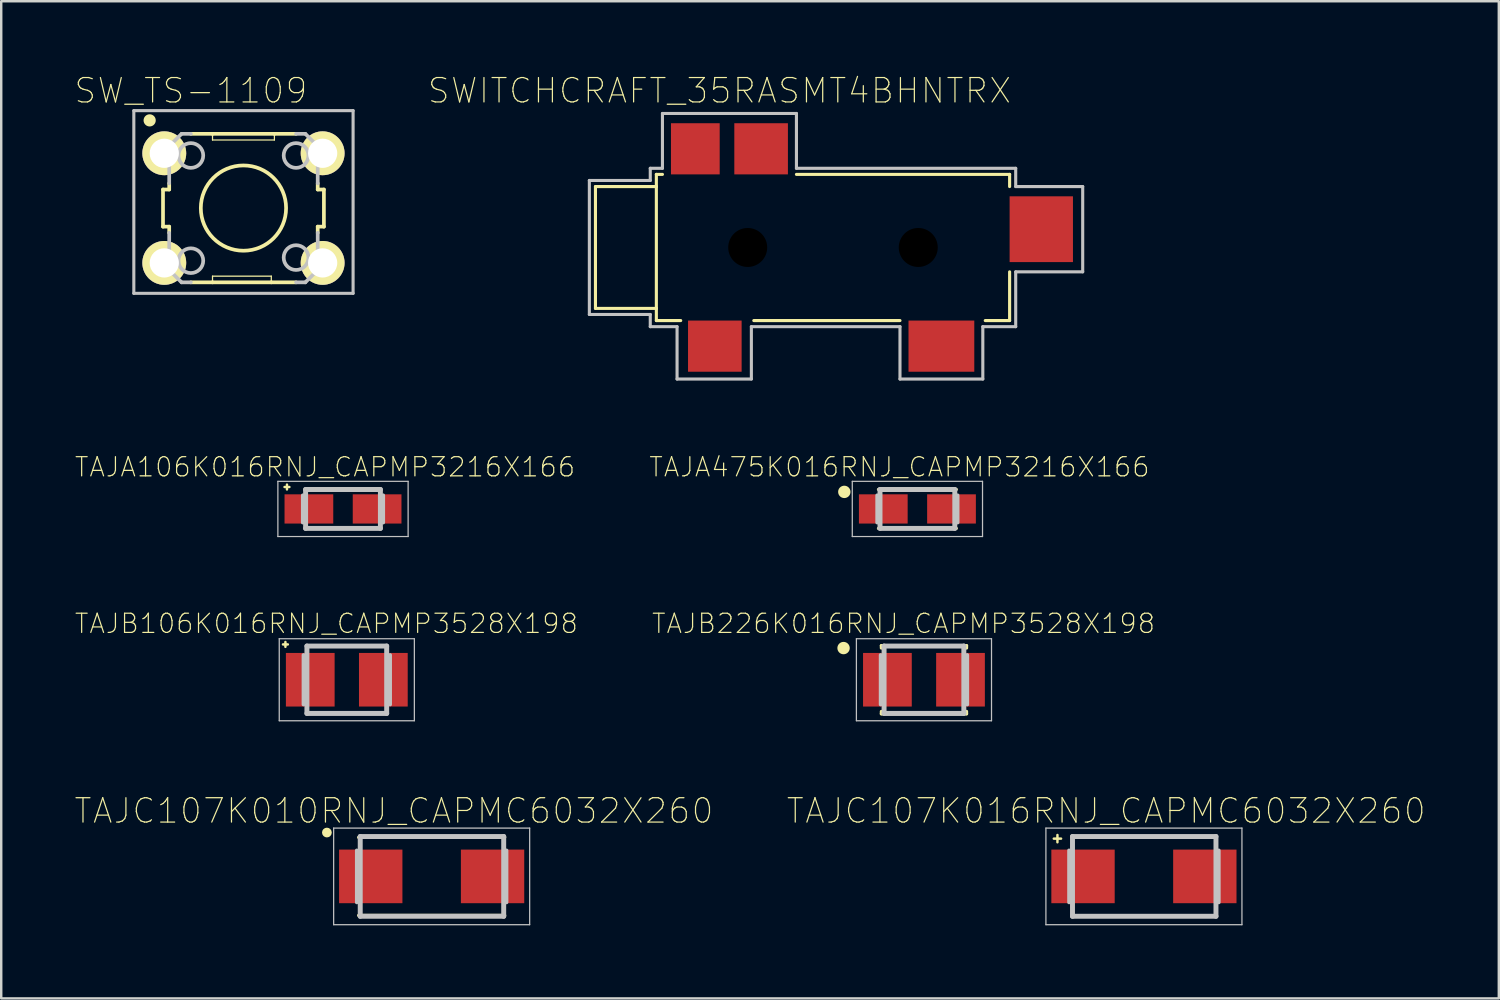
<source format=kicad_pcb>
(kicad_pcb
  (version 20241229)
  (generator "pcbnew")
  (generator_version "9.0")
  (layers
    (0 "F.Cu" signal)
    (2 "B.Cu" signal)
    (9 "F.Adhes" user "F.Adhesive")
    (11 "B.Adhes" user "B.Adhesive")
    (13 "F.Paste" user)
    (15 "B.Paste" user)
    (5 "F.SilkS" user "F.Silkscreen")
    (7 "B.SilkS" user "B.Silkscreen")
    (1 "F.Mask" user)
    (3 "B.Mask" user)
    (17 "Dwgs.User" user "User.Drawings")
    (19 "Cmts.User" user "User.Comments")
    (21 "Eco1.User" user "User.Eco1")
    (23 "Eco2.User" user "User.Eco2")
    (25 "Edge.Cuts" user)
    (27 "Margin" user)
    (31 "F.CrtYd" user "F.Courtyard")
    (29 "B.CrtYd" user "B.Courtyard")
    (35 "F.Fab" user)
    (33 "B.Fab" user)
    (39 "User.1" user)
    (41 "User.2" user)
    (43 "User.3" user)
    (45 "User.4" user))
  (footprint "TAJA106K016RNJ_CAPMP3216X166"
    (layer "F.Cu")
    (at 11.029 17.84)
    (property "Reference" "TAJA106K016RNJ_CAPMP3216X166" (at -0.74 -1.72 0) (layer "F.SilkS") (effects (font (size 0.787 0.787) (thickness 0.05))))
    (attr smd)
    (fp_line (start -2.4 -0.9) (end -2.2 -0.9) (stroke (width 0.1) (type solid)) (layer "F.SilkS"))
    (fp_line (start -2.3 -1) (end -2.3 -0.8) (stroke (width 0.1) (type solid)) (layer "F.SilkS"))
    (fp_line (start -2.673 -1.133) (end 2.673 -1.133) (stroke (width 0.051) (type solid)) (layer "Dwgs.User"))
    (fp_line (start -2.673 1.133) (end -2.673 -1.133) (stroke (width 0.051) (type solid)) (layer "Dwgs.User"))
    (fp_line (start -1.651 -0.559) (end -1.651 0.559) (stroke (width 0.152) (type solid)) (layer "Dwgs.User"))
    (fp_line (start -1.535 -0.798) (end -1.535 0.798) (stroke (width 0.203) (type solid)) (layer "Dwgs.User"))
    (fp_line (start -1.535 0.798) (end 1.535 0.798) (stroke (width 0.203) (type solid)) (layer "Dwgs.User"))
    (fp_line (start 1.535 -0.798) (end -1.535 -0.798) (stroke (width 0.203) (type solid)) (layer "Dwgs.User"))
    (fp_line (start 1.535 0.798) (end 1.535 -0.798) (stroke (width 0.203) (type solid)) (layer "Dwgs.User"))
    (fp_line (start 1.651 -0.559) (end 1.651 0.559) (stroke (width 0.152) (type solid)) (layer "Dwgs.User"))
    (fp_line (start 2.673 -1.133) (end 2.673 1.133) (stroke (width 0.051) (type solid)) (layer "Dwgs.User"))
    (fp_line (start 2.673 1.133) (end -2.673 1.133) (stroke (width 0.051) (type solid)) (layer "Dwgs.User"))
    (pad "+" smd rect (at -1.4 0) (size 2 1.2) (layers "F.Cu" "F.Mask" "F.Paste"))
    (pad "-" smd rect (at 1.4 0) (size 2 1.2) (layers "F.Cu" "F.Mask" "F.Paste")))
  (footprint "TAJC107K016RNJ_CAPMC6032X260"
    (layer "F.Cu")
    (at 43.904 32.923)
    (property "Reference" "TAJC107K016RNJ_CAPMC6032X260" (at -1.55 -2.69 0) (layer "F.SilkS") (effects (font (size 1 1) (thickness 0.05))))
    (attr smd)
    (fp_line (start -3.7 -1.55) (end -3.4 -1.55) (stroke (width 0.1) (type solid)) (layer "F.SilkS"))
    (fp_line (start -3.55 -1.7) (end -3.55 -1.4) (stroke (width 0.1) (type solid)) (layer "F.SilkS"))
    (fp_line (start -4.023 -1.983) (end 4.023 -1.983) (stroke (width 0.051) (type solid)) (layer "Dwgs.User"))
    (fp_line (start -4.023 1.983) (end -4.023 -1.983) (stroke (width 0.051) (type solid)) (layer "Dwgs.User"))
    (fp_line (start -3.073 -1.067) (end -3.073 1.067) (stroke (width 0.152) (type solid)) (layer "Dwgs.User"))
    (fp_line (start -2.932 1.637) (end -2.932 -1.637) (stroke (width 0.203) (type solid)) (layer "Dwgs.User"))
    (fp_line (start 2.957 -1.637) (end -2.932 -1.637) (stroke (width 0.203) (type solid)) (layer "Dwgs.User"))
    (fp_line (start 2.957 1.637) (end -2.932 1.637) (stroke (width 0.203) (type solid)) (layer "Dwgs.User"))
    (fp_line (start 2.957 1.637) (end 2.957 -1.637) (stroke (width 0.203) (type solid)) (layer "Dwgs.User"))
    (fp_line (start 3.073 -1.067) (end 3.073 1.067) (stroke (width 0.152) (type solid)) (layer "Dwgs.User"))
    (fp_line (start 4.023 -1.983) (end 4.023 1.983) (stroke (width 0.051) (type solid)) (layer "Dwgs.User"))
    (fp_line (start 4.023 1.983) (end -4.023 1.983) (stroke (width 0.051) (type solid)) (layer "Dwgs.User"))
    (pad "+" smd rect (at -2.5 0) (size 2.6 2.2) (layers "F.Cu" "F.Mask" "F.Paste"))
    (pad "-" smd rect (at 2.5 0) (size 2.6 2.2) (layers "F.Cu" "F.Mask" "F.Paste")))
  (footprint "SWITCHCRAFT_35RASMT4BHNTRX"
    (layer "F.Cu")
    (at 31.141 7.108)
    (property "Reference" "SWITCHCRAFT_35RASMT4BHNTRX" (at -4.66 -6.435 0) (layer "F.SilkS") (effects (font (size 1 1) (thickness 0.05))))
    (attr smd)
    (fp_line (start -9.75 -2.5) (end -9.75 2.5) (stroke (width 0.127) (type solid)) (layer "F.SilkS"))
    (fp_line (start -9.75 -2.5) (end -7.25 -2.5) (stroke (width 0.127) (type solid)) (layer "F.SilkS"))
    (fp_line (start -9.75 2.5) (end -7.25 2.5) (stroke (width 0.127) (type solid)) (layer "F.SilkS"))
    (fp_line (start -7.25 -3) (end -7 -3) (stroke (width 0.127) (type solid)) (layer "F.SilkS"))
    (fp_line (start -7.25 -2.5) (end -7.25 -3) (stroke (width 0.127) (type solid)) (layer "F.SilkS"))
    (fp_line (start -7.25 2.5) (end -7.25 -2.5) (stroke (width 0.127) (type solid)) (layer "F.SilkS"))
    (fp_line (start -7.25 3) (end -7.25 2.5) (stroke (width 0.127) (type solid)) (layer "F.SilkS"))
    (fp_line (start -6.25 3) (end -7.25 3) (stroke (width 0.127) (type solid)) (layer "F.SilkS"))
    (fp_line (start -1.5 -3) (end 7.25 -3) (stroke (width 0.127) (type solid)) (layer "F.SilkS"))
    (fp_line (start 2.75 3) (end -3.25 3) (stroke (width 0.127) (type solid)) (layer "F.SilkS"))
    (fp_line (start 7.25 -3) (end 7.25 -2.5) (stroke (width 0.127) (type solid)) (layer "F.SilkS"))
    (fp_line (start 7.25 1) (end 7.25 3) (stroke (width 0.127) (type solid)) (layer "F.SilkS"))
    (fp_line (start 7.25 3) (end 6.25 3) (stroke (width 0.127) (type solid)) (layer "F.SilkS"))
    (fp_line (start -10 -2.75) (end -7.5 -2.75) (stroke (width 0.127) (type solid)) (layer "Dwgs.User"))
    (fp_line (start -10 2.75) (end -10 -2.75) (stroke (width 0.127) (type solid)) (layer "Dwgs.User"))
    (fp_line (start -7.5 -3.25) (end -7 -3.25) (stroke (width 0.127) (type solid)) (layer "Dwgs.User"))
    (fp_line (start -7.5 -2.75) (end -7.5 -3.25) (stroke (width 0.127) (type solid)) (layer "Dwgs.User"))
    (fp_line (start -7.5 2.75) (end -10 2.75) (stroke (width 0.127) (type solid)) (layer "Dwgs.User"))
    (fp_line (start -7.5 3.25) (end -7.5 2.75) (stroke (width 0.127) (type solid)) (layer "Dwgs.User"))
    (fp_line (start -7 -5.5) (end -1.5 -5.5) (stroke (width 0.127) (type solid)) (layer "Dwgs.User"))
    (fp_line (start -7 -3.25) (end -7 -5.5) (stroke (width 0.127) (type solid)) (layer "Dwgs.User"))
    (fp_line (start -6.4 3.25) (end -7.5 3.25) (stroke (width 0.127) (type solid)) (layer "Dwgs.User"))
    (fp_line (start -6.4 5.4) (end -6.4 3.25) (stroke (width 0.127) (type solid)) (layer "Dwgs.User"))
    (fp_line (start -3.35 3.25) (end -3.35 5.4) (stroke (width 0.127) (type solid)) (layer "Dwgs.User"))
    (fp_line (start -3.35 5.4) (end -6.4 5.4) (stroke (width 0.127) (type solid)) (layer "Dwgs.User"))
    (fp_line (start -1.5 -5.5) (end -1.5 -3.25) (stroke (width 0.127) (type solid)) (layer "Dwgs.User"))
    (fp_line (start -1.5 -3.25) (end 7.5 -3.25) (stroke (width 0.127) (type solid)) (layer "Dwgs.User"))
    (fp_line (start 2.75 3.25) (end -3.35 3.25) (stroke (width 0.127) (type solid)) (layer "Dwgs.User"))
    (fp_line (start 2.75 5.4) (end 2.75 3.25) (stroke (width 0.127) (type solid)) (layer "Dwgs.User"))
    (fp_line (start 6.15 3.25) (end 6.15 5.4) (stroke (width 0.127) (type solid)) (layer "Dwgs.User"))
    (fp_line (start 6.15 5.4) (end 2.75 5.4) (stroke (width 0.127) (type solid)) (layer "Dwgs.User"))
    (fp_line (start 7.5 -3.25) (end 7.5 -2.5) (stroke (width 0.127) (type solid)) (layer "Dwgs.User"))
    (fp_line (start 7.5 -2.5) (end 10.25 -2.5) (stroke (width 0.127) (type solid)) (layer "Dwgs.User"))
    (fp_line (start 7.5 1) (end 7.5 3.25) (stroke (width 0.127) (type solid)) (layer "Dwgs.User"))
    (fp_line (start 7.5 3.25) (end 6.15 3.25) (stroke (width 0.127) (type solid)) (layer "Dwgs.User"))
    (fp_line (start 10.25 -2.5) (end 10.25 1) (stroke (width 0.127) (type solid)) (layer "Dwgs.User"))
    (fp_line (start 10.25 1) (end 7.5 1) (stroke (width 0.127) (type solid)) (layer "Dwgs.User"))
    (pad "" np_thru_hole circle (at -3.5 0) (size 1.6 1.6) (drill 1.6) (layers))
    (pad "" np_thru_hole circle (at 3.5 0) (size 1.6 1.6) (drill 1.6) (layers))
    (pad "1" smd rect (at -4.85 4.05) (size 2.2 2.1) (layers "F.Cu" "F.Mask" "F.Paste"))
    (pad "2" smd rect (at -2.95 -4.05) (size 2.2 2.1) (layers "F.Cu" "F.Mask" "F.Paste"))
    (pad "3" smd rect (at 4.45 4.05) (size 2.7 2.1) (layers "F.Cu" "F.Mask" "F.Paste"))
    (pad "4" smd rect (at -5.65 -4.05 180) (size 2 2.1) (layers "F.Cu" "F.Mask" "F.Paste"))
    (pad "5" smd rect (at 8.55 -0.75) (size 2.6 2.7) (layers "F.Cu" "F.Mask" "F.Paste")))
  (footprint "TAJB226K016RNJ_CAPMP3528X198"
    (layer "F.Cu")
    (at 34.875 24.851)
    (property "Reference" "TAJB226K016RNJ_CAPMP3528X198" (at -0.84 -2.305 0) (layer "F.SilkS") (effects (font (size 0.787 0.787) (thickness 0.05))))
    (attr smd)
    (fp_line (start -1.75 -1.4) (end -1.75 -1.3) (stroke (width 0.127) (type solid)) (layer "F.SilkS"))
    (fp_line (start -1.75 -1.4) (end 1.75 -1.4) (stroke (width 0.127) (type solid)) (layer "F.SilkS"))
    (fp_line (start -1.75 1.4) (end -1.75 1.3) (stroke (width 0.127) (type solid)) (layer "F.SilkS"))
    (fp_line (start -1.75 1.4) (end 1.75 1.4) (stroke (width 0.127) (type solid)) (layer "F.SilkS"))
    (fp_line (start 1.75 -1.4) (end 1.75 -1.3) (stroke (width 0.127) (type solid)) (layer "F.SilkS"))
    (fp_line (start 1.75 1.4) (end 1.75 1.3) (stroke (width 0.127) (type solid)) (layer "F.SilkS"))
    (fp_circle (center -3.3 -1.3) (end -3.046 -1.3) (stroke (width 0) (type solid)) (fill yes) (layer "F.SilkS"))
    (fp_line (start -2.773 -1.683) (end 2.773 -1.683) (stroke (width 0.051) (type solid)) (layer "Dwgs.User"))
    (fp_line (start -2.773 1.683) (end -2.773 -1.683) (stroke (width 0.051) (type solid)) (layer "Dwgs.User"))
    (fp_line (start -1.778 1.016) (end -1.778 -1.016) (stroke (width 0.152) (type solid)) (layer "Dwgs.User"))
    (fp_line (start -1.637 -1.383) (end -1.637 1.383) (stroke (width 0.203) (type solid)) (layer "Dwgs.User"))
    (fp_line (start -1.637 -1.383) (end 1.637 -1.383) (stroke (width 0.203) (type solid)) (layer "Dwgs.User"))
    (fp_line (start -1.637 1.383) (end 1.637 1.383) (stroke (width 0.203) (type solid)) (layer "Dwgs.User"))
    (fp_line (start 1.637 -1.383) (end 1.637 1.383) (stroke (width 0.203) (type solid)) (layer "Dwgs.User"))
    (fp_line (start 1.778 1.016) (end 1.778 -1.016) (stroke (width 0.152) (type solid)) (layer "Dwgs.User"))
    (fp_line (start 2.773 -1.683) (end 2.773 1.683) (stroke (width 0.051) (type solid)) (layer "Dwgs.User"))
    (fp_line (start 2.773 1.683) (end -2.773 1.683) (stroke (width 0.051) (type solid)) (layer "Dwgs.User"))
    (pad "+" smd rect (at 1.5 0 180) (size 2 2.2) (layers "F.Cu" "F.Mask" "F.Paste"))
    (pad "-" smd rect (at -1.5 0 180) (size 2 2.2) (layers "F.Cu" "F.Mask" "F.Paste")))
  (footprint "TAJA475K016RNJ_CAPMP3216X166"
    (layer "F.Cu")
    (at 34.606 17.84)
    (property "Reference" "TAJA475K016RNJ_CAPMP3216X166" (at -0.74 -1.72 0) (layer "F.SilkS") (effects (font (size 0.787 0.787) (thickness 0.05))))
    (attr smd)
    (fp_line (start -1.6 -0.8) (end 1.6 -0.8) (stroke (width 0.127) (type solid)) (layer "F.SilkS"))
    (fp_line (start -1.6 0.8) (end 1.6 0.8) (stroke (width 0.127) (type solid)) (layer "F.SilkS"))
    (fp_circle (center -3 -0.7) (end -2.746 -0.7) (stroke (width 0) (type solid)) (fill yes) (layer "F.SilkS"))
    (fp_line (start -2.673 -1.133) (end 2.673 -1.133) (stroke (width 0.051) (type solid)) (layer "Dwgs.User"))
    (fp_line (start -2.673 1.133) (end -2.673 -1.133) (stroke (width 0.051) (type solid)) (layer "Dwgs.User"))
    (fp_line (start -1.651 0.559) (end -1.651 -0.559) (stroke (width 0.152) (type solid)) (layer "Dwgs.User"))
    (fp_line (start -1.535 -0.798) (end -1.535 0.798) (stroke (width 0.203) (type solid)) (layer "Dwgs.User"))
    (fp_line (start -1.535 0.798) (end 1.535 0.798) (stroke (width 0.203) (type solid)) (layer "Dwgs.User"))
    (fp_line (start 1.535 -0.798) (end -1.535 -0.798) (stroke (width 0.203) (type solid)) (layer "Dwgs.User"))
    (fp_line (start 1.535 0.798) (end 1.535 -0.798) (stroke (width 0.203) (type solid)) (layer "Dwgs.User"))
    (fp_line (start 1.651 0.559) (end 1.651 -0.559) (stroke (width 0.152) (type solid)) (layer "Dwgs.User"))
    (fp_line (start 2.673 -1.133) (end 2.673 1.133) (stroke (width 0.051) (type solid)) (layer "Dwgs.User"))
    (fp_line (start 2.673 1.133) (end -2.673 1.133) (stroke (width 0.051) (type solid)) (layer "Dwgs.User"))
    (pad "+" smd rect (at 1.4 0 180) (size 2 1.2) (layers "F.Cu" "F.Mask" "F.Paste"))
    (pad "-" smd rect (at -1.4 0 180) (size 2 1.2) (layers "F.Cu" "F.Mask" "F.Paste")))
  (footprint "TAJB106K016RNJ_CAPMP3528X198"
    (layer "F.Cu")
    (at 11.185 24.851)
    (property "Reference" "TAJB106K016RNJ_CAPMP3528X198" (at -0.84 -2.305 0) (layer "F.SilkS") (effects (font (size 0.787 0.787) (thickness 0.05))))
    (attr smd)
    (fp_line (start -2.62 -1.45) (end -2.42 -1.45) (stroke (width 0.1) (type solid)) (layer "F.SilkS"))
    (fp_line (start -2.52 -1.55) (end -2.52 -1.35) (stroke (width 0.1) (type solid)) (layer "F.SilkS"))
    (fp_line (start -2.773 -1.683) (end 2.773 -1.683) (stroke (width 0.051) (type solid)) (layer "Dwgs.User"))
    (fp_line (start -2.773 1.683) (end -2.773 -1.683) (stroke (width 0.051) (type solid)) (layer "Dwgs.User"))
    (fp_line (start -1.778 -1.016) (end -1.778 1.016) (stroke (width 0.152) (type solid)) (layer "Dwgs.User"))
    (fp_line (start -1.637 1.383) (end -1.637 -1.383) (stroke (width 0.203) (type solid)) (layer "Dwgs.User"))
    (fp_line (start 1.637 -1.383) (end -1.637 -1.383) (stroke (width 0.203) (type solid)) (layer "Dwgs.User"))
    (fp_line (start 1.637 1.383) (end -1.637 1.383) (stroke (width 0.203) (type solid)) (layer "Dwgs.User"))
    (fp_line (start 1.637 1.383) (end 1.637 -1.383) (stroke (width 0.203) (type solid)) (layer "Dwgs.User"))
    (fp_line (start 1.778 -1.016) (end 1.778 1.016) (stroke (width 0.152) (type solid)) (layer "Dwgs.User"))
    (fp_line (start 2.773 -1.683) (end 2.773 1.683) (stroke (width 0.051) (type solid)) (layer "Dwgs.User"))
    (fp_line (start 2.773 1.683) (end -2.773 1.683) (stroke (width 0.051) (type solid)) (layer "Dwgs.User"))
    (pad "+" smd rect (at -1.5 0) (size 2 2.2) (layers "F.Cu" "F.Mask" "F.Paste"))
    (pad "-" smd rect (at 1.5 0) (size 2 2.2) (layers "F.Cu" "F.Mask" "F.Paste")))
  (footprint "SW_TS-1109"
    (layer "F.Cu")
    (at 6.943 5.491)
    (property "Reference" "SW_TS-1109" (at -2.158 -4.818 0) (layer "F.SilkS") (effects (font (size 1 1) (thickness 0.05))))
    (attr through_hole)
    (fp_line (start -3.302 -0.762) (end -3.302 0.762) (stroke (width 0.152) (type solid)) (layer "F.SilkS"))
    (fp_line (start -3.302 -0.762) (end -3.048 -0.762) (stroke (width 0.152) (type solid)) (layer "F.SilkS"))
    (fp_line (start -3.048 -0.762) (end -3.048 -1.016) (stroke (width 0.152) (type solid)) (layer "F.SilkS"))
    (fp_line (start -3.048 0.762) (end -3.302 0.762) (stroke (width 0.152) (type solid)) (layer "F.SilkS"))
    (fp_line (start -3.048 0.762) (end -3.048 1.016) (stroke (width 0.152) (type solid)) (layer "F.SilkS"))
    (fp_line (start -2.159 3.048) (end -1.27 3.048) (stroke (width 0.152) (type solid)) (layer "F.SilkS"))
    (fp_line (start -1.27 -3.048) (end -2.159 -3.048) (stroke (width 0.152) (type solid)) (layer "F.SilkS"))
    (fp_line (start -1.27 -3.048) (end -1.27 -2.794) (stroke (width 0.051) (type solid)) (layer "F.SilkS"))
    (fp_line (start -1.27 2.794) (end -1.27 3.048) (stroke (width 0.051) (type solid)) (layer "F.SilkS"))
    (fp_line (start -1.27 3.048) (end 1.143 3.048) (stroke (width 0.152) (type solid)) (layer "F.SilkS"))
    (fp_line (start 1.143 2.794) (end -1.27 2.794) (stroke (width 0.051) (type solid)) (layer "F.SilkS"))
    (fp_line (start 1.143 2.794) (end 1.143 3.048) (stroke (width 0.051) (type solid)) (layer "F.SilkS"))
    (fp_line (start 1.143 3.048) (end 2.159 3.048) (stroke (width 0.152) (type solid)) (layer "F.SilkS"))
    (fp_line (start 1.27 -3.048) (end -1.27 -3.048) (stroke (width 0.152) (type solid)) (layer "F.SilkS"))
    (fp_line (start 1.27 -2.794) (end -1.27 -2.794) (stroke (width 0.051) (type solid)) (layer "F.SilkS"))
    (fp_line (start 1.27 -2.794) (end 1.27 -3.048) (stroke (width 0.051) (type solid)) (layer "F.SilkS"))
    (fp_line (start 2.159 -3.048) (end 1.27 -3.048) (stroke (width 0.152) (type solid)) (layer "F.SilkS"))
    (fp_line (start 3.048 -0.762) (end 3.048 -1.016) (stroke (width 0.152) (type solid)) (layer "F.SilkS"))
    (fp_line (start 3.048 -0.762) (end 3.302 -0.762) (stroke (width 0.152) (type solid)) (layer "F.SilkS"))
    (fp_line (start 3.048 0.762) (end 3.048 1.016) (stroke (width 0.152) (type solid)) (layer "F.SilkS"))
    (fp_line (start 3.302 0.762) (end 3.048 0.762) (stroke (width 0.152) (type solid)) (layer "F.SilkS"))
    (fp_line (start 3.302 0.762) (end 3.302 -0.762) (stroke (width 0.152) (type solid)) (layer "F.SilkS"))
    (fp_circle (center -3.85 -3.6) (end -3.6 -3.6) (stroke (width 0) (type solid)) (fill yes) (layer "F.SilkS"))
    (fp_circle (center 0 0) (end 1.75 0) (stroke (width 0.152) (type solid)) (fill no) (layer "F.SilkS"))
    (fp_line (start -4.5 -4) (end 4.5 -4) (stroke (width 0.127) (type solid)) (layer "Dwgs.User"))
    (fp_line (start -4.5 3.5) (end -4.5 -4) (stroke (width 0.127) (type solid)) (layer "Dwgs.User"))
    (fp_line (start -3.048 -2.54) (end -3.048 -1.016) (stroke (width 0.152) (type solid)) (layer "Dwgs.User"))
    (fp_line (start -3.048 2.54) (end -3.048 1.016) (stroke (width 0.152) (type solid)) (layer "Dwgs.User"))
    (fp_line (start -2.54 -3.048) (end -3.048 -2.54) (stroke (width 0.152) (type solid)) (layer "Dwgs.User"))
    (fp_line (start -2.54 -3.048) (end -2.159 -3.048) (stroke (width 0.152) (type solid)) (layer "Dwgs.User"))
    (fp_line (start -2.54 3.048) (end -3.048 2.54) (stroke (width 0.152) (type solid)) (layer "Dwgs.User"))
    (fp_line (start -2.54 3.048) (end -2.159 3.048) (stroke (width 0.152) (type solid)) (layer "Dwgs.User"))
    (fp_line (start 2.54 -3.048) (end 2.159 -3.048) (stroke (width 0.152) (type solid)) (layer "Dwgs.User"))
    (fp_line (start 2.54 3.048) (end 2.159 3.048) (stroke (width 0.152) (type solid)) (layer "Dwgs.User"))
    (fp_line (start 2.54 3.048) (end 3.048 2.54) (stroke (width 0.152) (type solid)) (layer "Dwgs.User"))
    (fp_line (start 3.048 -2.54) (end 2.54 -3.048) (stroke (width 0.152) (type solid)) (layer "Dwgs.User"))
    (fp_line (start 3.048 -1.016) (end 3.048 -2.54) (stroke (width 0.152) (type solid)) (layer "Dwgs.User"))
    (fp_line (start 3.048 2.54) (end 3.048 1.016) (stroke (width 0.152) (type solid)) (layer "Dwgs.User"))
    (fp_line (start 4.5 -4) (end 4.5 3.5) (stroke (width 0.127) (type solid)) (layer "Dwgs.User"))
    (fp_line (start 4.5 3.5) (end -4.5 3.5) (stroke (width 0.127) (type solid)) (layer "Dwgs.User"))
    (fp_circle (center -2.159 -2.159) (end -1.651 -2.159) (stroke (width 0.152) (type solid)) (fill no) (layer "Dwgs.User"))
    (fp_circle (center -2.159 2.159) (end -1.651 2.159) (stroke (width 0.152) (type solid)) (fill no) (layer "Dwgs.User"))
    (fp_circle (center 2.159 -2.159) (end 2.667 -2.159) (stroke (width 0.152) (type solid)) (fill no) (layer "Dwgs.User"))
    (fp_circle (center 2.159 2.032) (end 2.667 2.032) (stroke (width 0.152) (type solid)) (fill no) (layer "Dwgs.User"))
    (pad "1" thru_hole circle (at -3.25 -2.25) (size 1.8 1.8) (drill 1.2) (layers "*.Cu" "*.Mask" "F.SilkS"))
    (pad "2" thru_hole circle (at 3.25 -2.25) (size 1.8 1.8) (drill 1.2) (layers "*.Cu" "*.Mask" "F.SilkS"))
    (pad "3" thru_hole circle (at -3.25 2.25) (size 1.8 1.8) (drill 1.2) (layers "*.Cu" "*.Mask" "F.SilkS"))
    (pad "4" thru_hole circle (at 3.25 2.25) (size 1.8 1.8) (drill 1.2) (layers "*.Cu" "*.Mask" "F.SilkS")))
  (footprint "TAJC107K010RNJ_CAPMC6032X260"
    (layer "F.Cu")
    (at 14.668 32.923)
    (property "Reference" "TAJC107K010RNJ_CAPMC6032X260" (at -1.55 -2.69 0) (layer "F.SilkS") (effects (font (size 1 1) (thickness 0.05))))
    (attr smd)
    (fp_line (start -3 -1.6) (end 3 -1.6) (stroke (width 0.127) (type solid)) (layer "F.SilkS"))
    (fp_line (start -3 1.6) (end 3 1.6) (stroke (width 0.127) (type solid)) (layer "F.SilkS"))
    (fp_circle (center -4.3 -1.8) (end -4.2 -1.8) (stroke (width 0.2) (type solid)) (fill no) (layer "F.SilkS"))
    (fp_line (start -4.023 -1.983) (end 4.023 -1.983) (stroke (width 0.051) (type solid)) (layer "Dwgs.User"))
    (fp_line (start -4.023 1.983) (end -4.023 -1.983) (stroke (width 0.051) (type solid)) (layer "Dwgs.User"))
    (fp_line (start -3.073 -1.067) (end -3.073 1.067) (stroke (width 0.152) (type solid)) (layer "Dwgs.User"))
    (fp_line (start -2.932 1.637) (end -2.932 -1.637) (stroke (width 0.203) (type solid)) (layer "Dwgs.User"))
    (fp_line (start 2.957 -1.637) (end -2.932 -1.637) (stroke (width 0.203) (type solid)) (layer "Dwgs.User"))
    (fp_line (start 2.957 1.637) (end -2.932 1.637) (stroke (width 0.203) (type solid)) (layer "Dwgs.User"))
    (fp_line (start 2.957 1.637) (end 2.957 -1.637) (stroke (width 0.203) (type solid)) (layer "Dwgs.User"))
    (fp_line (start 3.073 -1.067) (end 3.073 1.067) (stroke (width 0.152) (type solid)) (layer "Dwgs.User"))
    (fp_line (start 4.023 -1.983) (end 4.023 1.983) (stroke (width 0.051) (type solid)) (layer "Dwgs.User"))
    (fp_line (start 4.023 1.983) (end -4.023 1.983) (stroke (width 0.051) (type solid)) (layer "Dwgs.User"))
    (pad "+" smd rect (at 2.5 0) (size 2.6 2.2) (layers "F.Cu" "F.Mask" "F.Paste"))
    (pad "-" smd rect (at -2.5 0) (size 2.6 2.2) (layers "F.Cu" "F.Mask" "F.Paste")))
  (gr_rect
    (start -3 -3)
    (end 58.471 37.931)
    (stroke (width 0.1) (type default))
    (fill no)
    (layer "Edge.Cuts")))
</source>
